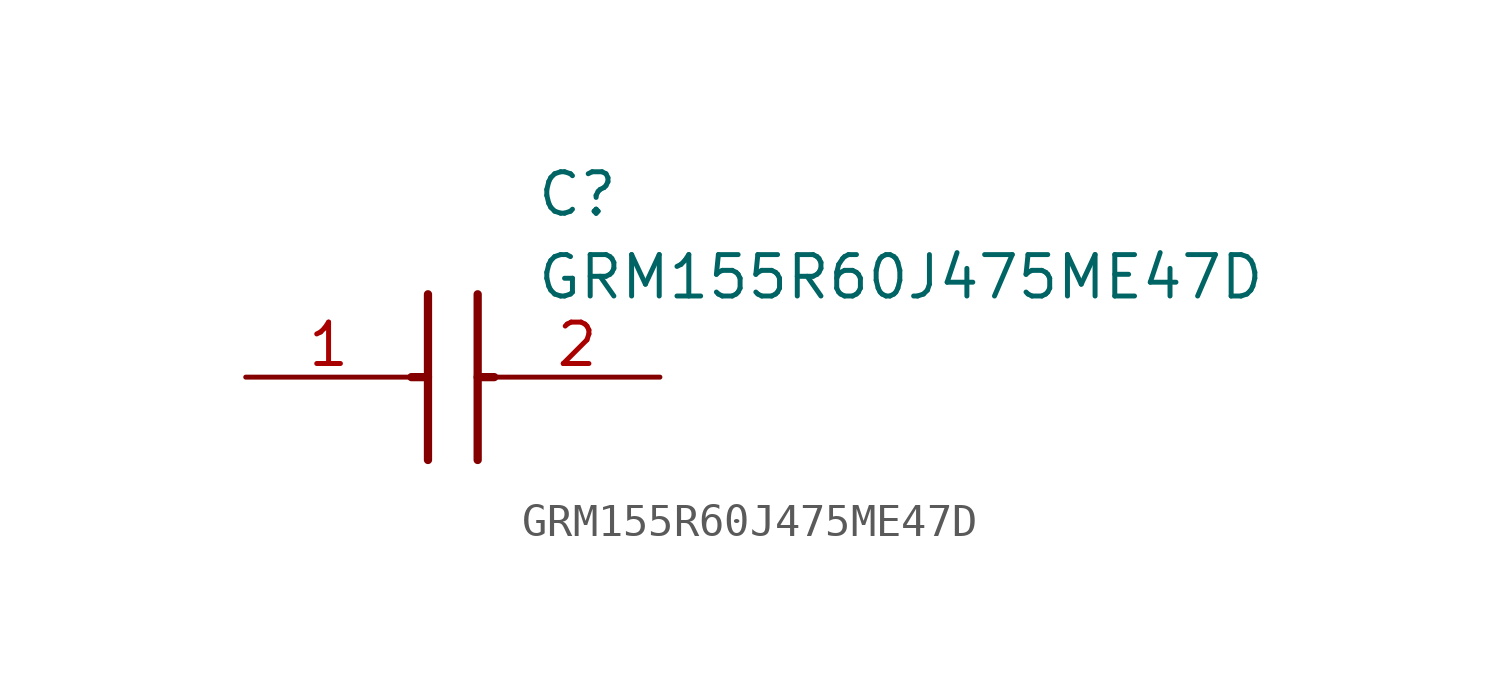
<source format=kicad_sym>
(kicad_symbol_lib
  (version 20211014)
  (generator SamacSys_ECAD_Model)
  (symbol "GRM155R60J475ME47D"
    (pin_names hide)
    (property "Reference" "C"
      (at 8.89 6.35 0)
      (effects (font (size 1.27 1.27)) (justify left top)))
    (property "Value" "GRM155R60J475ME47D"
      (at 8.89 3.81 0)
      (effects (font (size 1.27 1.27)) (justify left top)))
    (polyline
      (pts (xy 5.588 2.54) (xy 5.588 -2.54))
      (stroke (width 0.254) (type default))
      (fill (type none)))
    (polyline
      (pts (xy 7.112 2.54) (xy 7.112 -2.54))
      (stroke (width 0.254) (type default))
      (fill (type none)))
    (polyline
      (pts (xy 5.08 0) (xy 5.588 0))
      (stroke (width 0.254) (type default))
      (fill (type none)))
    (polyline
      (pts (xy 7.112 0) (xy 7.62 0))
      (stroke (width 0.254) (type default))
      (fill (type none)))
    (pin passive line
      (at 0 0 0)
      (length 5.08)
      (name "1" (effects (font (size 1.27 1.27))))
      (number "1" (effects (font (size 1.27 1.27)))))
    (pin passive line
      (at 12.7 0 180)
      (length 5.08)
      (name "2" (effects (font (size 1.27 1.27))))
      (number "2" (effects (font (size 1.27 1.27)))))))
</source>
